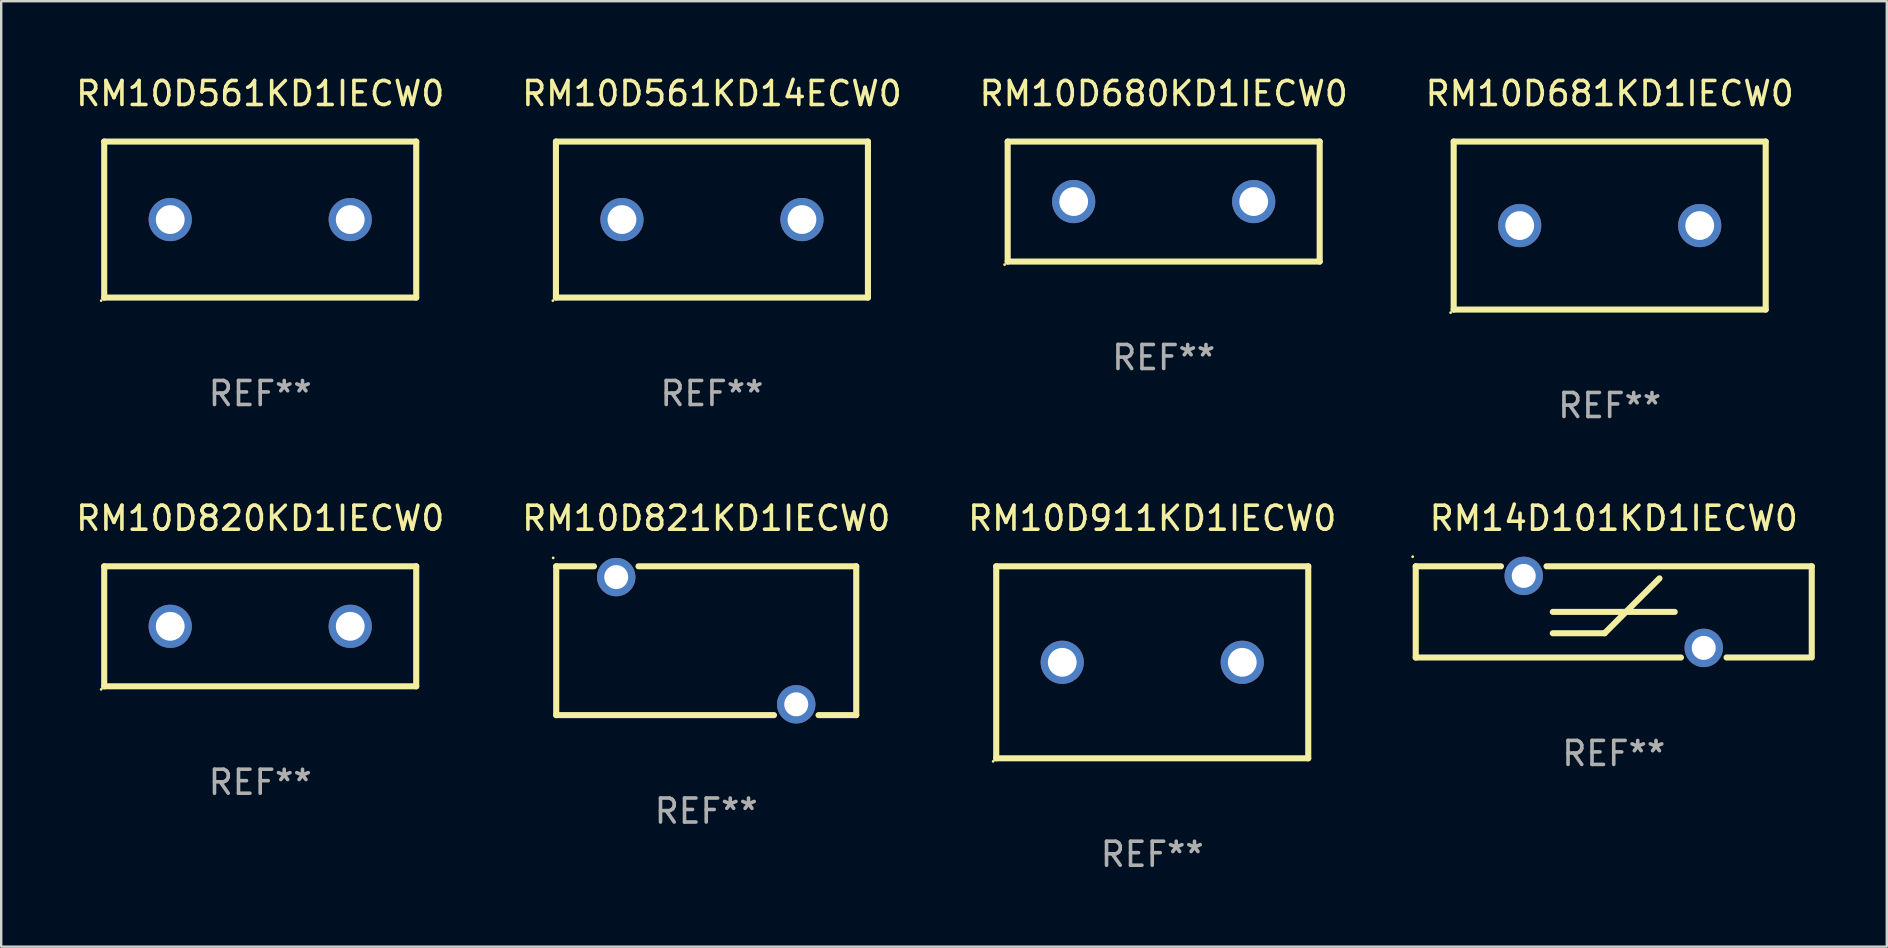
<source format=kicad_pcb>
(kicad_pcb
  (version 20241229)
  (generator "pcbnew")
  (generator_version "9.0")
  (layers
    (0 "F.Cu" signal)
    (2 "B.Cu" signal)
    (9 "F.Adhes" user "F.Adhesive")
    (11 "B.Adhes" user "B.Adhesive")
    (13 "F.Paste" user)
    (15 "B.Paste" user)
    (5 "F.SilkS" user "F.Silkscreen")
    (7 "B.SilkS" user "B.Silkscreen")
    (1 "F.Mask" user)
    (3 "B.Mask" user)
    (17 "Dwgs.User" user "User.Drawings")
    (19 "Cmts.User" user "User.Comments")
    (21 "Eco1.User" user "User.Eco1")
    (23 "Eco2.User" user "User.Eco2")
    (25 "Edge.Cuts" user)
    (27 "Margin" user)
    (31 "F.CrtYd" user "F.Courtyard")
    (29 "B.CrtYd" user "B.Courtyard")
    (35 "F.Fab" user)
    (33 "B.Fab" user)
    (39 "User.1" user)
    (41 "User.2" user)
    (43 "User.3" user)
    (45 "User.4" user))
  (footprint "RM10D821KD1IECW0"
    (layer "F.Cu")
    (at 26.375 23.645)
    (property "Reference" "RM10D821KD1IECW0" (at 0 -5.1 0) (layer "F.SilkS") (effects (font (size 1 1) (thickness 0.15))))
    (attr through_hole)
    (fp_line (start -6.25 -3.1) (end -6.25 3.1) (stroke (width 0.254) (type solid)) (layer "F.SilkS"))
    (fp_line (start -6.25 -3.1) (end -4.678 -3.1) (stroke (width 0.254) (type solid)) (layer "F.SilkS"))
    (fp_line (start -6.25 3.1) (end 2.823 3.1) (stroke (width 0.254) (type solid)) (layer "F.SilkS"))
    (fp_line (start -2.823 -3.1) (end 6.25 -3.1) (stroke (width 0.254) (type solid)) (layer "F.SilkS"))
    (fp_line (start 4.678 3.1) (end 6.25 3.1) (stroke (width 0.254) (type solid)) (layer "F.SilkS"))
    (fp_line (start 6.25 -3.1) (end 6.25 3.1) (stroke (width 0.254) (type solid)) (layer "F.SilkS"))
    (fp_circle (center -6.377 -3.45) (end -6.347 -3.45) (stroke (width 0.06) (type solid)) (fill no) (layer "F.SilkS"))
    (fp_text user "REF**" (at 0 7.1 0) (layer "F.Fab") (effects (font (size 1 1) (thickness 0.15))))
    (pad "1" thru_hole circle (at -3.75 -2.65) (size 1.6 1.6) (drill 1) (layers "*.Cu" "*.Mask"))
    (pad "2" thru_hole circle (at 3.75 2.65) (size 1.6 1.6) (drill 1) (layers "*.Cu" "*.Mask")))
  (footprint "RM10D561KD1IECW0"
    (layer "F.Cu")
    (at 7.792 6.098)
    (property "Reference" "RM10D561KD1IECW0" (at 0 -5.25 0) (layer "F.SilkS") (effects (font (size 1 1) (thickness 0.15))))
    (attr through_hole)
    (fp_line (start -6.5 -3.25) (end 6.5 -3.25) (stroke (width 0.254) (type solid)) (layer "F.SilkS"))
    (fp_line (start -6.5 3.25) (end -6.5 -3.25) (stroke (width 0.254) (type solid)) (layer "F.SilkS"))
    (fp_line (start 6.5 -3.25) (end 6.5 3.25) (stroke (width 0.254) (type solid)) (layer "F.SilkS"))
    (fp_line (start 6.5 3.25) (end -6.5 3.25) (stroke (width 0.254) (type solid)) (layer "F.SilkS"))
    (fp_circle (center -6.627 3.377) (end -6.597 3.377) (stroke (width 0.06) (type solid)) (fill no) (layer "F.SilkS"))
    (fp_text user "REF**" (at 0 7.25 0) (layer "F.Fab") (effects (font (size 1 1) (thickness 0.15))))
    (pad "1" thru_hole circle (at -3.75 -0.000013) (size 1.8 1.8) (drill 1.2) (layers "*.Cu" "*.Mask"))
    (pad "2" thru_hole circle (at 3.75 -0.000013) (size 1.8 1.8) (drill 1.2) (layers "*.Cu" "*.Mask")))
  (footprint "RM10D681KD1IECW0"
    (layer "F.Cu")
    (at 64.018 6.348)
    (property "Reference" "RM10D681KD1IECW0" (at 0 -5.5 0) (layer "F.SilkS") (effects (font (size 1 1) (thickness 0.15))))
    (attr through_hole)
    (fp_line (start -6.5 -3.5) (end 6.5 -3.5) (stroke (width 0.254) (type solid)) (layer "F.SilkS"))
    (fp_line (start -6.5 3.5) (end -6.5 -3.5) (stroke (width 0.254) (type solid)) (layer "F.SilkS"))
    (fp_line (start 6.5 -3.5) (end 6.5 3.5) (stroke (width 0.254) (type solid)) (layer "F.SilkS"))
    (fp_line (start 6.5 3.5) (end -6.5 3.5) (stroke (width 0.254) (type solid)) (layer "F.SilkS"))
    (fp_circle (center -6.627 3.627) (end -6.597 3.627) (stroke (width 0.06) (type solid)) (fill no) (layer "F.SilkS"))
    (fp_text user "REF**" (at 0 7.5 0) (layer "F.Fab") (effects (font (size 1 1) (thickness 0.15))))
    (pad "1" thru_hole circle (at -3.75 0) (size 1.8 1.8) (drill 1.2) (layers "*.Cu" "*.Mask"))
    (pad "2" thru_hole circle (at 3.75 0) (size 1.8 1.8) (drill 1.2) (layers "*.Cu" "*.Mask")))
  (footprint "RM10D820KD1IECW0"
    (layer "F.Cu")
    (at 7.792 23.045)
    (property "Reference" "RM10D820KD1IECW0" (at 0 -4.5 0) (layer "F.SilkS") (effects (font (size 1 1) (thickness 0.15))))
    (attr through_hole)
    (fp_line (start -6.5 -2.5) (end 6.5 -2.5) (stroke (width 0.254) (type solid)) (layer "F.SilkS"))
    (fp_line (start -6.5 2.5) (end -6.5 -2.5) (stroke (width 0.254) (type solid)) (layer "F.SilkS"))
    (fp_line (start 6.5 -2.5) (end 6.5 2.5) (stroke (width 0.254) (type solid)) (layer "F.SilkS"))
    (fp_line (start 6.5 2.5) (end -6.5 2.5) (stroke (width 0.254) (type solid)) (layer "F.SilkS"))
    (fp_circle (center -6.627 2.627) (end -6.597 2.627) (stroke (width 0.06) (type solid)) (fill no) (layer "F.SilkS"))
    (fp_text user "REF**" (at 0 6.5 0) (layer "F.Fab") (effects (font (size 1 1) (thickness 0.15))))
    (pad "1" thru_hole circle (at -3.75 0) (size 1.8 1.8) (drill 1.2) (layers "*.Cu" "*.Mask"))
    (pad "2" thru_hole circle (at 3.75 0) (size 1.8 1.8) (drill 1.2) (layers "*.Cu" "*.Mask")))
  (footprint "RM10D561KD14ECW0"
    (layer "F.Cu")
    (at 26.613 6.098)
    (property "Reference" "RM10D561KD14ECW0" (at 0 -5.25 0) (layer "F.SilkS") (effects (font (size 1 1) (thickness 0.15))))
    (attr through_hole)
    (fp_line (start -6.5 -3.25) (end 6.5 -3.25) (stroke (width 0.254) (type solid)) (layer "F.SilkS"))
    (fp_line (start -6.5 3.25) (end -6.5 -3.25) (stroke (width 0.254) (type solid)) (layer "F.SilkS"))
    (fp_line (start 6.5 -3.25) (end 6.5 3.25) (stroke (width 0.254) (type solid)) (layer "F.SilkS"))
    (fp_line (start 6.5 3.25) (end -6.5 3.25) (stroke (width 0.254) (type solid)) (layer "F.SilkS"))
    (fp_circle (center -6.627 3.377) (end -6.597 3.377) (stroke (width 0.06) (type solid)) (fill no) (layer "F.SilkS"))
    (fp_text user "REF**" (at 0 7.25 0) (layer "F.Fab") (effects (font (size 1 1) (thickness 0.15))))
    (pad "1" thru_hole circle (at -3.75 -0.000013) (size 1.8 1.8) (drill 1.2) (layers "*.Cu" "*.Mask"))
    (pad "2" thru_hole circle (at 3.75 -0.000013) (size 1.8 1.8) (drill 1.2) (layers "*.Cu" "*.Mask")))
  (footprint "RM14D101KD1IECW0"
    (layer "F.Cu")
    (at 64.187 22.445)
    (property "Reference" "RM14D101KD1IECW0" (at 0 -3.9 0) (layer "F.SilkS") (effects (font (size 1 1) (thickness 0.15))))
    (attr through_hole)
    (fp_line (start -8.25 -1.9) (end -8.25 1.9) (stroke (width 0.254) (type solid)) (layer "F.SilkS"))
    (fp_line (start -8.25 -1.9) (end -4.7 -1.9) (stroke (width 0.254) (type solid)) (layer "F.SilkS"))
    (fp_line (start -8.25 1.9) (end 2.8 1.9) (stroke (width 0.254) (type solid)) (layer "F.SilkS"))
    (fp_line (start -2.8 -1.9) (end 8.25 -1.9) (stroke (width 0.254) (type solid)) (layer "F.SilkS"))
    (fp_line (start -2.54 0) (end 2.54 0) (stroke (width 0.254) (type solid)) (layer "F.SilkS"))
    (fp_line (start -2.54 0.889) (end -0.381 0.889) (stroke (width 0.254) (type solid)) (layer "F.SilkS"))
    (fp_line (start -0.381 0.889) (end 1.905 -1.397) (stroke (width 0.254) (type solid)) (layer "F.SilkS"))
    (fp_line (start 4.7 1.9) (end 8.128 1.9) (stroke (width 0.254) (type solid)) (layer "F.SilkS"))
    (fp_line (start 8.25 -1.9) (end 8.25 1.9) (stroke (width 0.254) (type solid)) (layer "F.SilkS"))
    (fp_circle (center -8.377 -2.3) (end -8.347 -2.3) (stroke (width 0.06) (type solid)) (fill no) (layer "F.SilkS"))
    (fp_text user "REF**" (at 0 5.9 0) (layer "F.Fab") (effects (font (size 1 1) (thickness 0.15))))
    (pad "1" thru_hole circle (at -3.75 -1.5) (size 1.6 1.6) (drill 1) (layers "*.Cu" "*.Mask"))
    (pad "2" thru_hole circle (at 3.75 1.5) (size 1.6 1.6) (drill 1) (layers "*.Cu" "*.Mask")))
  (footprint "RM10D911KD1IECW0"
    (layer "F.Cu")
    (at 44.958 24.545)
    (property "Reference" "RM10D911KD1IECW0" (at 0 -6 0) (layer "F.SilkS") (effects (font (size 1 1) (thickness 0.15))))
    (attr through_hole)
    (fp_line (start -6.5 -4) (end 6.5 -4) (stroke (width 0.254) (type solid)) (layer "F.SilkS"))
    (fp_line (start -6.5 4) (end -6.5 -4) (stroke (width 0.254) (type solid)) (layer "F.SilkS"))
    (fp_line (start 6.5 -4) (end 6.5 4) (stroke (width 0.254) (type solid)) (layer "F.SilkS"))
    (fp_line (start 6.5 4) (end -6.5 4) (stroke (width 0.254) (type solid)) (layer "F.SilkS"))
    (fp_circle (center -6.627 4.127) (end -6.597 4.127) (stroke (width 0.06) (type solid)) (fill no) (layer "F.SilkS"))
    (fp_text user "REF**" (at 0 8 0) (layer "F.Fab") (effects (font (size 1 1) (thickness 0.15))))
    (pad "1" thru_hole circle (at -3.75 0) (size 1.8 1.8) (drill 1.2) (layers "*.Cu" "*.Mask"))
    (pad "2" thru_hole circle (at 3.75 0) (size 1.8 1.8) (drill 1.2) (layers "*.Cu" "*.Mask")))
  (footprint "RM10D680KD1IECW0"
    (layer "F.Cu")
    (at 45.435 5.348)
    (property "Reference" "RM10D680KD1IECW0" (at 0 -4.5 0) (layer "F.SilkS") (effects (font (size 1 1) (thickness 0.15))))
    (attr through_hole)
    (fp_line (start -6.5 -2.5) (end 6.5 -2.5) (stroke (width 0.254) (type solid)) (layer "F.SilkS"))
    (fp_line (start -6.5 2.5) (end -6.5 -2.5) (stroke (width 0.254) (type solid)) (layer "F.SilkS"))
    (fp_line (start 6.5 -2.5) (end 6.5 2.5) (stroke (width 0.254) (type solid)) (layer "F.SilkS"))
    (fp_line (start 6.5 2.5) (end -6.5 2.5) (stroke (width 0.254) (type solid)) (layer "F.SilkS"))
    (fp_circle (center -6.627 2.627) (end -6.597 2.627) (stroke (width 0.06) (type solid)) (fill no) (layer "F.SilkS"))
    (fp_text user "REF**" (at 0 6.5 0) (layer "F.Fab") (effects (font (size 1 1) (thickness 0.15))))
    (pad "1" thru_hole circle (at -3.75 0) (size 1.8 1.8) (drill 1.2) (layers "*.Cu" "*.Mask"))
    (pad "2" thru_hole circle (at 3.75 0) (size 1.8 1.8) (drill 1.2) (layers "*.Cu" "*.Mask")))
  (gr_rect
    (start -3 -3)
    (end 75.564 36.393)
    (stroke (width 0.1) (type default))
    (fill no)
    (layer "Edge.Cuts")))
</source>
